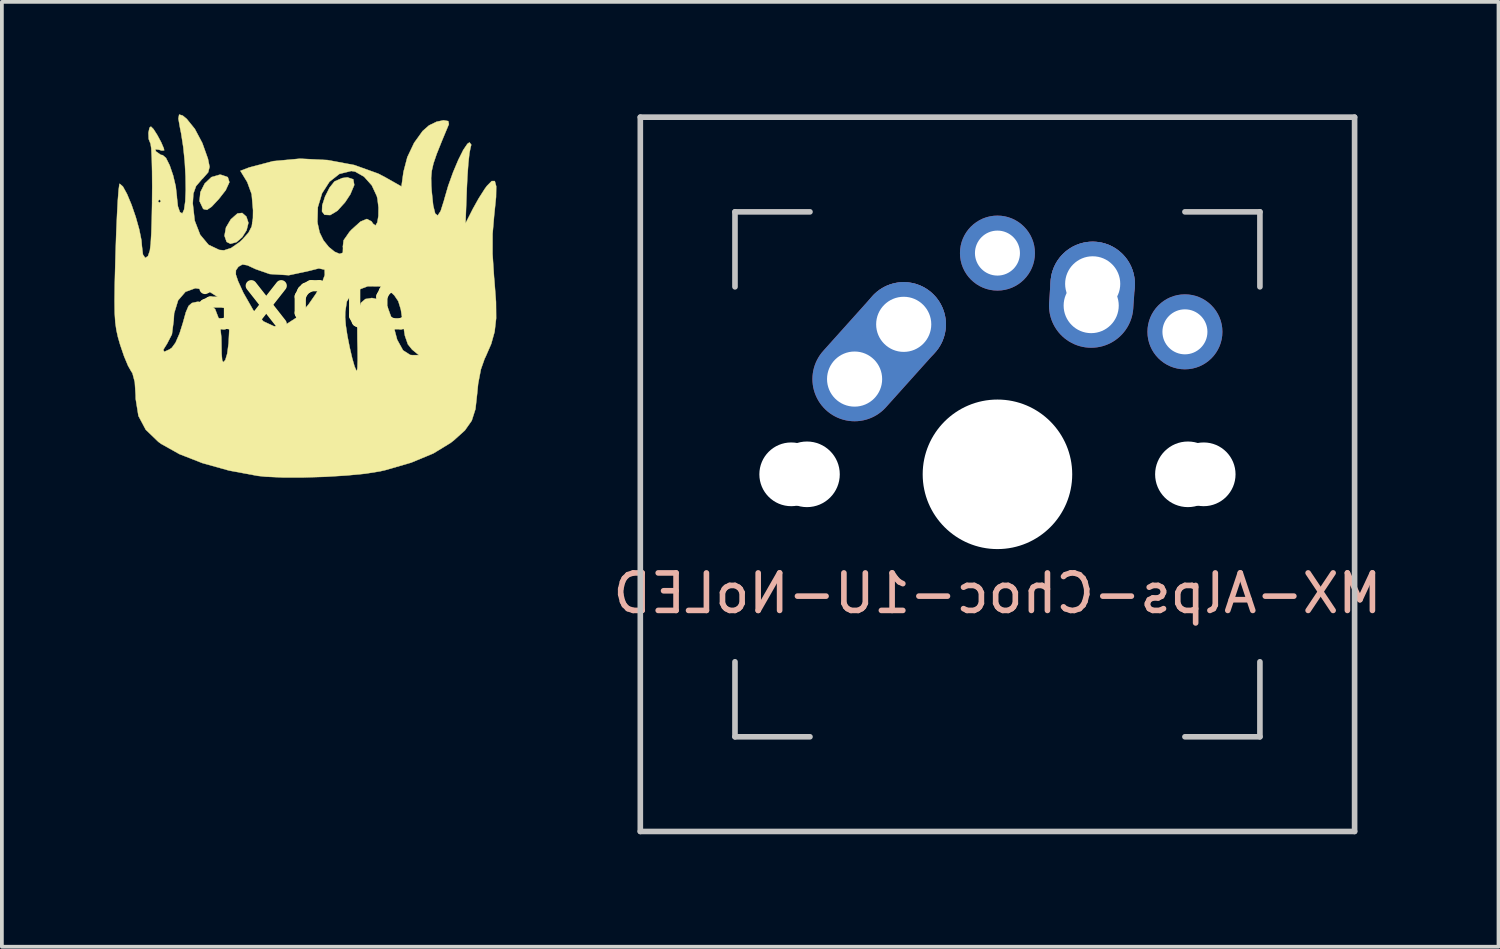
<source format=kicad_pcb>
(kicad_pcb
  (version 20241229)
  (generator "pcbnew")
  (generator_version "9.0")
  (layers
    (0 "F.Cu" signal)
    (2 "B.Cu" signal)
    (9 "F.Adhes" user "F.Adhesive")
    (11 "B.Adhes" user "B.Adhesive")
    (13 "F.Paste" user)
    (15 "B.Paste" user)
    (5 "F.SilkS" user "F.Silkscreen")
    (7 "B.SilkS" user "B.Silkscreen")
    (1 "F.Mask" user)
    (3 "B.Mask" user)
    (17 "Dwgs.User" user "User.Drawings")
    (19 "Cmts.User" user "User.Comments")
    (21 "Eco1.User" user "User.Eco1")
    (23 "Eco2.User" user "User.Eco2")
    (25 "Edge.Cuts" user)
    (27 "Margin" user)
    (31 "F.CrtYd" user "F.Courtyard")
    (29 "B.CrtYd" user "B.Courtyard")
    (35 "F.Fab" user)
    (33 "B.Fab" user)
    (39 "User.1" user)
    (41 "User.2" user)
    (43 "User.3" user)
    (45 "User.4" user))
  (footprint "axolo"
    (layer "F.Cu")
    (at 5.139 4.897)
    (property "Reference" "axolo" (at 0 0 0) (layer "F.SilkS") (effects (font (size 1.524 1.524) (thickness 0.3))))
    (attr through_hole)
    (fp_poly (pts (xy -1.618 -2.17) (xy -1.564 -2.004) (xy -1.612 -1.808) (xy -1.729 -1.622) (xy -1.883 -1.488) (xy -2.043 -1.445) (xy -2.145 -1.496) (xy -2.202 -1.659) (xy -2.162 -1.88) (xy -2.037 -2.091) (xy -2.029 -2.101) (xy -1.857 -2.253) (xy -1.73 -2.268) (xy -1.618 -2.17)) (stroke (width 0.01) (type solid)) (fill yes) (layer "F.SilkS"))
    (fp_poly (pts (xy -2.298 -3.286) (xy -2.114 -3.223) (xy -2.071 -3.088) (xy -2.169 -2.875) (xy -2.351 -2.642) (xy -2.543 -2.436) (xy -2.667 -2.351) (xy -2.755 -2.368) (xy -2.773 -2.383) (xy -2.868 -2.583) (xy -2.845 -2.822) (xy -2.73 -3.052) (xy -2.549 -3.224) (xy -2.328 -3.288) (xy -2.298 -3.286)) (stroke (width 0.01) (type solid)) (fill yes) (layer "F.SilkS"))
    (fp_poly (pts (xy 1.233 -3.165) (xy 1.259 -3.013) (xy 1.154 -2.764) (xy 1.015 -2.553) (xy 0.81 -2.326) (xy 0.618 -2.211) (xy 0.466 -2.219) (xy 0.399 -2.307) (xy 0.405 -2.472) (xy 0.481 -2.706) (xy 0.598 -2.939) (xy 0.728 -3.103) (xy 0.739 -3.111) (xy 0.938 -3.198) (xy 1.075 -3.217) (xy 1.233 -3.165)) (stroke (width 0.01) (type solid)) (fill yes) (layer "F.SilkS"))
    (fp_poly (pts (xy -3.317 -4.865) (xy -3.209 -4.776) (xy -2.993 -4.509) (xy -2.793 -4.132) (xy -2.643 -3.712) (xy -2.6 -3.498) (xy -2.637 -3.351) (xy -2.779 -3.189) (xy -2.803 -3.167) (xy -2.961 -2.983) (xy -3.032 -2.783) (xy -3.048 -2.521) (xy -2.996 -2.061) (xy -2.85 -1.685) (xy -2.627 -1.418) (xy -2.341 -1.282) (xy -2.216 -1.27) (xy -2.026 -1.332) (xy -1.798 -1.491) (xy -1.727 -1.558) (xy -1.562 -1.741) (xy -1.475 -1.908) (xy -1.46 -2.017) (xy 0.276 -2.017) (xy 0.336 -1.745) (xy 0.438 -1.536) (xy 0.581 -1.359) (xy 0.735 -1.233) (xy 0.869 -1.176) (xy 0.954 -1.206) (xy 0.959 -1.343) (xy 0.954 -1.36) (xy 0.975 -1.538) (xy 1.131 -1.762) (xy 1.191 -1.826) (xy 1.425 -2.037) (xy 1.594 -2.107) (xy 1.719 -2.043) (xy 1.761 -1.98) (xy 1.825 -1.933) (xy 1.874 -2.016) (xy 1.903 -2.189) (xy 1.906 -2.411) (xy 1.878 -2.645) (xy 1.861 -2.716) (xy 1.728 -3.002) (xy 1.52 -3.235) (xy 1.283 -3.37) (xy 1.178 -3.387) (xy 0.863 -3.309) (xy 0.598 -3.1) (xy 0.4 -2.792) (xy 0.287 -2.419) (xy 0.276 -2.017) (xy -1.46 -2.017) (xy -1.443 -2.128) (xy -1.44 -2.341) (xy -1.477 -2.768) (xy -1.594 -3.089) (xy -1.609 -3.114) (xy -1.778 -3.391) (xy -1.545 -3.48) (xy -0.904 -3.649) (xy -0.189 -3.715) (xy 0.549 -3.678) (xy 1.261 -3.545) (xy 1.896 -3.317) (xy 2.074 -3.225) (xy 2.518 -2.974) (xy 2.572 -3.364) (xy 2.674 -3.754) (xy 2.855 -4.136) (xy 3.082 -4.452) (xy 3.253 -4.602) (xy 3.454 -4.7) (xy 3.641 -4.739) (xy 3.766 -4.717) (xy 3.783 -4.636) (xy 3.592 -4.177) (xy 3.457 -3.84) (xy 3.371 -3.588) (xy 3.325 -3.387) (xy 3.309 -3.202) (xy 3.314 -2.997) (xy 3.324 -2.851) (xy 3.364 -2.467) (xy 3.418 -2.25) (xy 3.485 -2.2) (xy 3.563 -2.318) (xy 3.654 -2.606) (xy 3.663 -2.642) (xy 3.765 -2.992) (xy 3.894 -3.351) (xy 4.033 -3.681) (xy 4.166 -3.947) (xy 4.278 -4.112) (xy 4.333 -4.149) (xy 4.38 -4.087) (xy 4.358 -4.001) (xy 4.33 -3.858) (xy 4.301 -3.588) (xy 4.276 -3.233) (xy 4.261 -2.921) (xy 4.226 -1.99) (xy 4.42 -2.373) (xy 4.576 -2.653) (xy 4.739 -2.909) (xy 4.796 -2.987) (xy 4.925 -3.118) (xy 5.007 -3.118) (xy 5.045 -2.978) (xy 5.04 -2.69) (xy 4.995 -2.246) (xy 4.991 -2.213) (xy 4.948 -1.709) (xy 4.947 -1.174) (xy 4.988 -0.547) (xy 4.997 -0.457) (xy 5.039 0.103) (xy 5.043 0.541) (xy 5.002 0.901) (xy 4.911 1.226) (xy 4.765 1.561) (xy 4.735 1.622) (xy 4.636 1.904) (xy 4.563 2.286) (xy 4.537 2.547) (xy 4.491 2.963) (xy 4.392 3.272) (xy 4.21 3.531) (xy 3.915 3.797) (xy 3.826 3.866) (xy 3.369 4.145) (xy 2.777 4.391) (xy 2.083 4.592) (xy 1.947 4.623) (xy 1.561 4.685) (xy 1.057 4.734) (xy 0.487 4.769) (xy -0.098 4.787) (xy -0.647 4.787) (xy -1.109 4.766) (xy -1.315 4.744) (xy -2.084 4.601) (xy -2.792 4.403) (xy -3.403 4.164) (xy -3.887 3.893) (xy -3.965 3.837) (xy -4.302 3.513) (xy -4.497 3.146) (xy -4.57 2.691) (xy -4.572 2.589) (xy -4.594 2.244) (xy -4.656 2.009) (xy -4.691 1.954) (xy -4.774 1.808) (xy -4.88 1.554) (xy -4.939 1.381) (xy -3.834 1.381) (xy -3.811 1.436) (xy -3.671 1.373) (xy -3.607 1.329) (xy -3.508 1.193) (xy -3.4 0.947) (xy -3.314 0.673) (xy -3.232 0.38) (xy -3.16 0.213) (xy -3.071 0.134) (xy -2.937 0.104) (xy -2.908 0.101) (xy -2.641 0.134) (xy -2.452 0.297) (xy -2.335 0.599) (xy -2.286 1.049) (xy -2.283 1.176) (xy -2.278 1.495) (xy -2.263 1.666) (xy -2.233 1.713) (xy -2.182 1.656) (xy -2.179 1.651) (xy -2.129 1.485) (xy -2.092 1.207) (xy -2.076 0.878) (xy -2.076 0.861) (xy -2.08 0.536) (xy -2.104 0.329) (xy -2.164 0.187) (xy -2.278 0.06) (xy -2.351 -0.007) (xy -2.673 -0.212) (xy -2.978 -0.261) (xy -3.242 -0.165) (xy -3.439 0.063) (xy -3.545 0.41) (xy -3.556 0.593) (xy -3.604 0.969) (xy -3.731 1.216) (xy -3.834 1.381) (xy -4.939 1.381) (xy -4.985 1.246) (xy -4.985 1.246) (xy -5.043 1.045) (xy -5.085 0.856) (xy -5.114 0.651) (xy -5.13 0.401) (xy -5.134 0.079) (xy -5.129 -0.344) (xy -5.122 -0.627) (xy -1.9 -0.627) (xy -1.839 -0.447) (xy -1.708 -0.159) (xy -1.7 -0.141) (xy -1.434 0.326) (xy -1.161 0.625) (xy -0.878 0.756) (xy -0.583 0.72) (xy -0.274 0.519) (xy 1.016 0.519) (xy 1.033 0.73) (xy 1.076 1.012) (xy 1.137 1.319) (xy 1.204 1.607) (xy 1.268 1.829) (xy 1.319 1.942) (xy 1.329 1.947) (xy 1.343 1.869) (xy 1.35 1.657) (xy 1.348 1.348) (xy 1.342 1.112) (xy 1.339 0.648) (xy 1.368 0.329) (xy 1.437 0.13) (xy 1.556 0.028) (xy 1.73 0) (xy 1.973 0.056) (xy 2.146 0.237) (xy 2.262 0.559) (xy 2.286 0.672) (xy 2.403 1.112) (xy 2.56 1.396) (xy 2.752 1.519) (xy 2.805 1.524) (xy 2.982 1.524) (xy 2.802 1.376) (xy 2.689 1.235) (xy 2.61 1.007) (xy 2.553 0.651) (xy 2.552 0.642) (xy 2.501 0.305) (xy 2.433 0.085) (xy 2.328 -0.069) (xy 2.252 -0.141) (xy 1.951 -0.309) (xy 1.621 -0.313) (xy 1.361 -0.215) (xy 1.165 -0.081) (xy 1.059 0.098) (xy 1.019 0.372) (xy 1.016 0.519) (xy -0.274 0.519) (xy -0.274 0.519) (xy -0.191 0.439) (xy 0.037 0.176) (xy 0.236 -0.111) (xy 0.389 -0.386) (xy 0.473 -0.61) (xy 0.469 -0.748) (xy 0.462 -0.757) (xy 0.314 -0.789) (xy 0.042 -0.72) (xy 0.041 -0.72) (xy -0.486 -0.607) (xy -0.998 -0.639) (xy -1.369 -0.769) (xy -1.591 -0.872) (xy -1.722 -0.894) (xy -1.819 -0.841) (xy -1.84 -0.821) (xy -1.897 -0.738) (xy -1.9 -0.627) (xy -5.122 -0.627) (xy -5.115 -0.896) (xy -5.107 -1.189) (xy -5.089 -1.729) (xy -5.068 -2.208) (xy -5.047 -2.601) (xy -5.025 -2.883) (xy -5.005 -3.032) (xy -4.998 -3.048) (xy -4.911 -2.972) (xy -4.801 -2.772) (xy -4.682 -2.488) (xy -4.569 -2.16) (xy -4.476 -1.83) (xy -4.417 -1.537) (xy -4.404 -1.381) (xy -4.377 -1.158) (xy -4.315 -1.067) (xy -4.242 -1.119) (xy -4.192 -1.265) (xy -4.17 -1.443) (xy -4.153 -1.737) (xy -4.141 -2.112) (xy -4.133 -2.534) (xy -4.133 -2.582) (xy -3.979 -2.582) (xy -3.937 -2.54) (xy -3.895 -2.582) (xy -3.937 -2.625) (xy -3.979 -2.582) (xy -4.133 -2.582) (xy -4.13 -2.966) (xy -4.133 -3.375) (xy -4.141 -3.726) (xy -4.154 -3.984) (xy -4.173 -4.114) (xy -4.177 -4.121) (xy -4.223 -4.238) (xy -4.23 -4.405) (xy -4.202 -4.54) (xy -4.164 -4.572) (xy -4.096 -4.505) (xy -3.994 -4.345) (xy -3.891 -4.153) (xy -3.821 -3.99) (xy -3.81 -3.937) (xy -3.875 -3.931) (xy -3.951 -3.954) (xy -4.046 -3.966) (xy -4.031 -3.909) (xy -3.899 -3.817) (xy -3.851 -3.81) (xy -3.762 -3.734) (xy -3.664 -3.538) (xy -3.572 -3.269) (xy -3.502 -2.974) (xy -3.471 -2.701) (xy -3.47 -2.673) (xy -3.445 -2.446) (xy -3.391 -2.29) (xy -3.326 -2.254) (xy -3.279 -2.359) (xy -3.248 -2.576) (xy -3.235 -2.879) (xy -3.24 -3.24) (xy -3.261 -3.63) (xy -3.301 -4.023) (xy -3.358 -4.391) (xy -3.386 -4.527) (xy -3.431 -4.784) (xy -3.411 -4.892) (xy -3.317 -4.865)) (stroke (width 0.01) (type solid)) (fill yes) (layer "F.SilkS")))
  (footprint "MX-Alps-Choc-1U-NoLED"
    (layer "F.Cu")
    (at 23.552 9.6)
    (property "Reference" "MX-Alps-Choc-1U-NoLED" (at 0 3.175 0) (layer "B.SilkS") (effects (font (size 1 1) (thickness 0.15)) (justify mirror)))
    (attr through_hole)
    (fp_line (start -9.525 -9.525) (end 9.525 -9.525) (stroke (width 0.15) (type solid)) (layer "Dwgs.User"))
    (fp_line (start -9.525 9.525) (end -9.525 -9.525) (stroke (width 0.15) (type solid)) (layer "Dwgs.User"))
    (fp_line (start -7 -7) (end -7 -5) (stroke (width 0.15) (type solid)) (layer "Dwgs.User"))
    (fp_line (start -7 5) (end -7 7) (stroke (width 0.15) (type solid)) (layer "Dwgs.User"))
    (fp_line (start -7 7) (end -5 7) (stroke (width 0.15) (type solid)) (layer "Dwgs.User"))
    (fp_line (start -5 -7) (end -7 -7) (stroke (width 0.15) (type solid)) (layer "Dwgs.User"))
    (fp_line (start 5 -7) (end 7 -7) (stroke (width 0.15) (type solid)) (layer "Dwgs.User"))
    (fp_line (start 5 7) (end 7 7) (stroke (width 0.15) (type solid)) (layer "Dwgs.User"))
    (fp_line (start 7 -7) (end 7 -5) (stroke (width 0.15) (type solid)) (layer "Dwgs.User"))
    (fp_line (start 7 7) (end 7 5) (stroke (width 0.15) (type solid)) (layer "Dwgs.User"))
    (fp_line (start 9.525 -9.525) (end 9.525 9.525) (stroke (width 0.15) (type solid)) (layer "Dwgs.User"))
    (fp_line (start 9.525 9.525) (end -9.525 9.525) (stroke (width 0.15) (type solid)) (layer "Dwgs.User"))
    (pad "" np_thru_hole circle (at -5.5 0 48.1) (size 1.7 1.7) (drill 1.7) (layers "*.Cu" "*.Mask"))
    (pad "" np_thru_hole circle (at -5.08 0 48.1) (size 1.75 1.75) (drill 1.75) (layers "*.Cu" "*.Mask"))
    (pad "" np_thru_hole circle (at 0 0) (size 3.988 3.988) (drill 3.988) (layers "*.Cu" "*.Mask"))
    (pad "" np_thru_hole circle (at 5.08 0 48.1) (size 1.75 1.75) (drill 1.75) (layers "*.Cu" "*.Mask"))
    (pad "" np_thru_hole circle (at 5.5 0 48.1) (size 1.7 1.7) (drill 1.7) (layers "*.Cu" "*.Mask"))
    (pad "1" thru_hole oval (at 2.5 -4.5 86.1) (size 2.831 2.25) (drill 1.47 (offset 0.291 0)) (layers "*.Cu" "*.Mask"))
    (pad "1" thru_hole circle (at 2.54 -5.08) (size 2.25 2.25) (drill 1.47) (layers "*.Cu" "*.Mask"))
    (pad "1" thru_hole circle (at 5 -3.8) (size 2 2) (drill 1.2) (layers "*.Cu" "*.Mask"))
    (pad "2" thru_hole oval (at -3.81 -2.54 48.1) (size 4.212 2.25) (drill 1.47 (offset 0.981 0)) (layers "*.Cu" "*.Mask"))
    (pad "2" thru_hole circle (at -2.5 -4) (size 2.25 2.25) (drill 1.47) (layers "*.Cu" "*.Mask"))
    (pad "2" thru_hole circle (at 0 -5.9) (size 2 2) (drill 1.2) (layers "*.Cu" "*.Mask")))
  (gr_rect
    (start -3 -3)
    (end 36.915 22.2)
    (stroke (width 0.1) (type default))
    (fill no)
    (layer "Edge.Cuts")))
</source>
